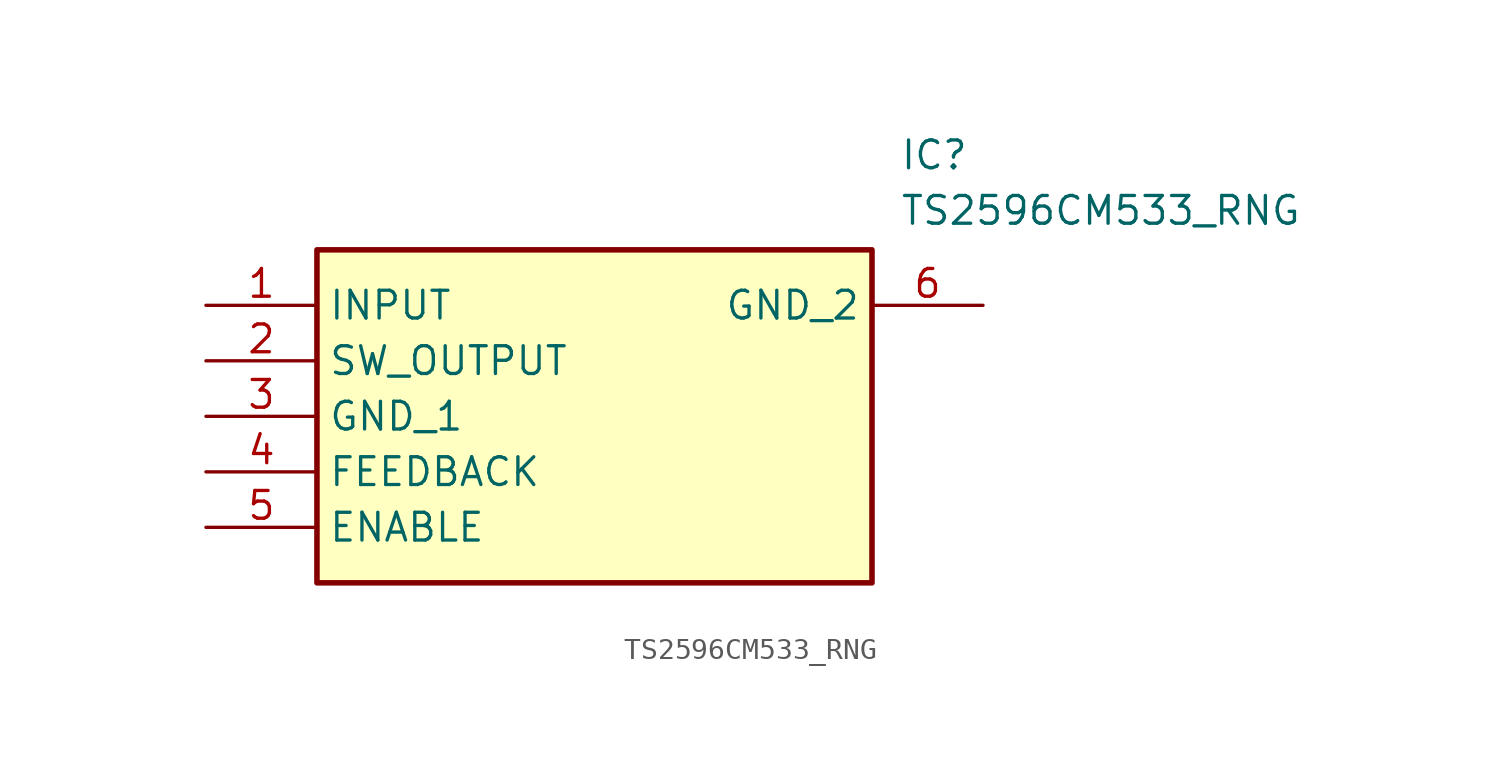
<source format=kicad_sym>
(kicad_symbol_lib
  (version 20211014)
  (generator SamacSys_ECAD_Model)
  (symbol "TS2596CM533_RNG"
    (property "Reference" "IC"
      (at 31.75 7.62 0)
      (effects (font (size 1.27 1.27)) (justify left top)))
    (property "Value" "TS2596CM533_RNG"
      (at 31.75 5.08 0)
      (effects (font (size 1.27 1.27)) (justify left top)))
    (rectangle
      (start 5.08 2.54)
      (end 30.48 -12.7)
      (stroke (width 0.254) (type default))
      (fill (type background)))
    (pin passive line
      (at 0 0 0)
      (length 5.08)
      (name "INPUT" (effects (font (size 1.27 1.27))))
      (number "1" (effects (font (size 1.27 1.27)))))
    (pin passive line
      (at 0 -2.54 0)
      (length 5.08)
      (name "SW_OUTPUT" (effects (font (size 1.27 1.27))))
      (number "2" (effects (font (size 1.27 1.27)))))
    (pin passive line
      (at 0 -5.08 0)
      (length 5.08)
      (name "GND_1" (effects (font (size 1.27 1.27))))
      (number "3" (effects (font (size 1.27 1.27)))))
    (pin passive line
      (at 0 -7.62 0)
      (length 5.08)
      (name "FEEDBACK" (effects (font (size 1.27 1.27))))
      (number "4" (effects (font (size 1.27 1.27)))))
    (pin passive line
      (at 0 -10.16 0)
      (length 5.08)
      (name "ENABLE" (effects (font (size 1.27 1.27))))
      (number "5" (effects (font (size 1.27 1.27)))))
    (pin passive line
      (at 35.56 0 180)
      (length 5.08)
      (name "GND_2" (effects (font (size 1.27 1.27))))
      (number "6" (effects (font (size 1.27 1.27)))))))
</source>
